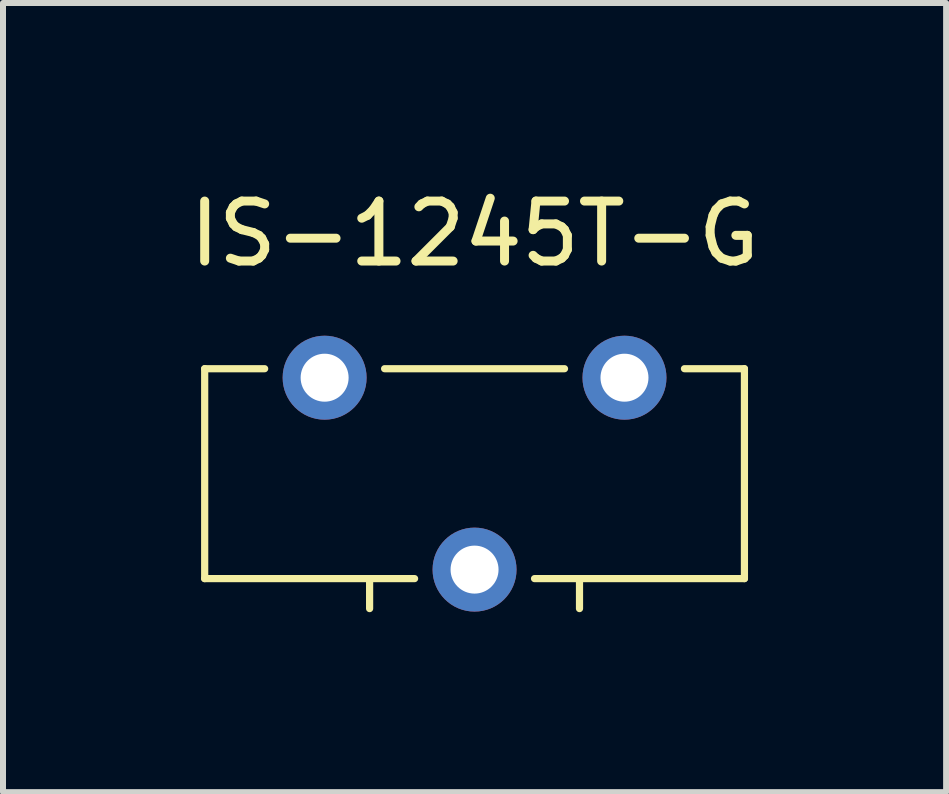
<source format=kicad_pcb>
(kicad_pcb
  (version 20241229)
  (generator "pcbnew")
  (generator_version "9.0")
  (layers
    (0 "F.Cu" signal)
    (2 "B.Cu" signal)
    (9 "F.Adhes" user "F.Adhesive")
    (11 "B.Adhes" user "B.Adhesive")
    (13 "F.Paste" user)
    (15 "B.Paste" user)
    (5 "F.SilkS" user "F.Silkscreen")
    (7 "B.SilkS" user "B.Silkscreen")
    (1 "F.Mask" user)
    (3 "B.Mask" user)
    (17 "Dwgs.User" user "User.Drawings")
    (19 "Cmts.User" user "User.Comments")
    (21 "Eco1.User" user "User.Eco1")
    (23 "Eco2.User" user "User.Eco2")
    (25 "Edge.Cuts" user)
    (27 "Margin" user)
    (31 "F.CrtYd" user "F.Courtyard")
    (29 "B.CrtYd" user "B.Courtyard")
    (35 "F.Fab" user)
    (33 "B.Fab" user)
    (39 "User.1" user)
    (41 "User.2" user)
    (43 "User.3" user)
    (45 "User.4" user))
  (footprint "IS-1245T-G"
    (layer "F.Cu")
    (at 4.863 4.848)
    (property "Reference" "IS-1245T-G" (at 0 -4 0) (layer "F.SilkS") (effects (font (size 1 1) (thickness 0.15))))
    (attr through_hole)
    (fp_line (start -4.5 -1.75) (end -4.5 1.75) (stroke (width 0.12) (type solid)) (layer "F.SilkS"))
    (fp_line (start -4.5 1.75) (end -1 1.75) (stroke (width 0.12) (type solid)) (layer "F.SilkS"))
    (fp_line (start -3.5 -1.75) (end -4.5 -1.75) (stroke (width 0.12) (type solid)) (layer "F.SilkS"))
    (fp_line (start -1.75 2.25) (end -1.75 1.75) (stroke (width 0.12) (type solid)) (layer "F.SilkS"))
    (fp_line (start -1.5 -1.75) (end 1.5 -1.75) (stroke (width 0.12) (type solid)) (layer "F.SilkS"))
    (fp_line (start 1.75 2.25) (end 1.75 1.75) (stroke (width 0.12) (type solid)) (layer "F.SilkS"))
    (fp_line (start 3.5 -1.75) (end 4.5 -1.75) (stroke (width 0.12) (type solid)) (layer "F.SilkS"))
    (fp_line (start 4.5 -1.75) (end 4.5 1.75) (stroke (width 0.12) (type solid)) (layer "F.SilkS"))
    (fp_line (start 4.5 1.75) (end 1 1.75) (stroke (width 0.12) (type solid)) (layer "F.SilkS"))
    (pad "1" thru_hole circle (at -2.5 -1.6) (size 1.4 1.4) (drill 0.8) (layers "*.Cu" "*.Mask"))
    (pad "2" thru_hole circle (at 0 1.6) (size 1.4 1.4) (drill 0.8) (layers "*.Cu" "*.Mask"))
    (pad "3" thru_hole circle (at 2.5 -1.6) (size 1.4 1.4) (drill 0.8) (layers "*.Cu" "*.Mask")))
  (gr_rect
    (start -3 -3)
    (end 12.726 10.158)
    (stroke (width 0.1) (type default))
    (fill no)
    (layer "Edge.Cuts")))
</source>
